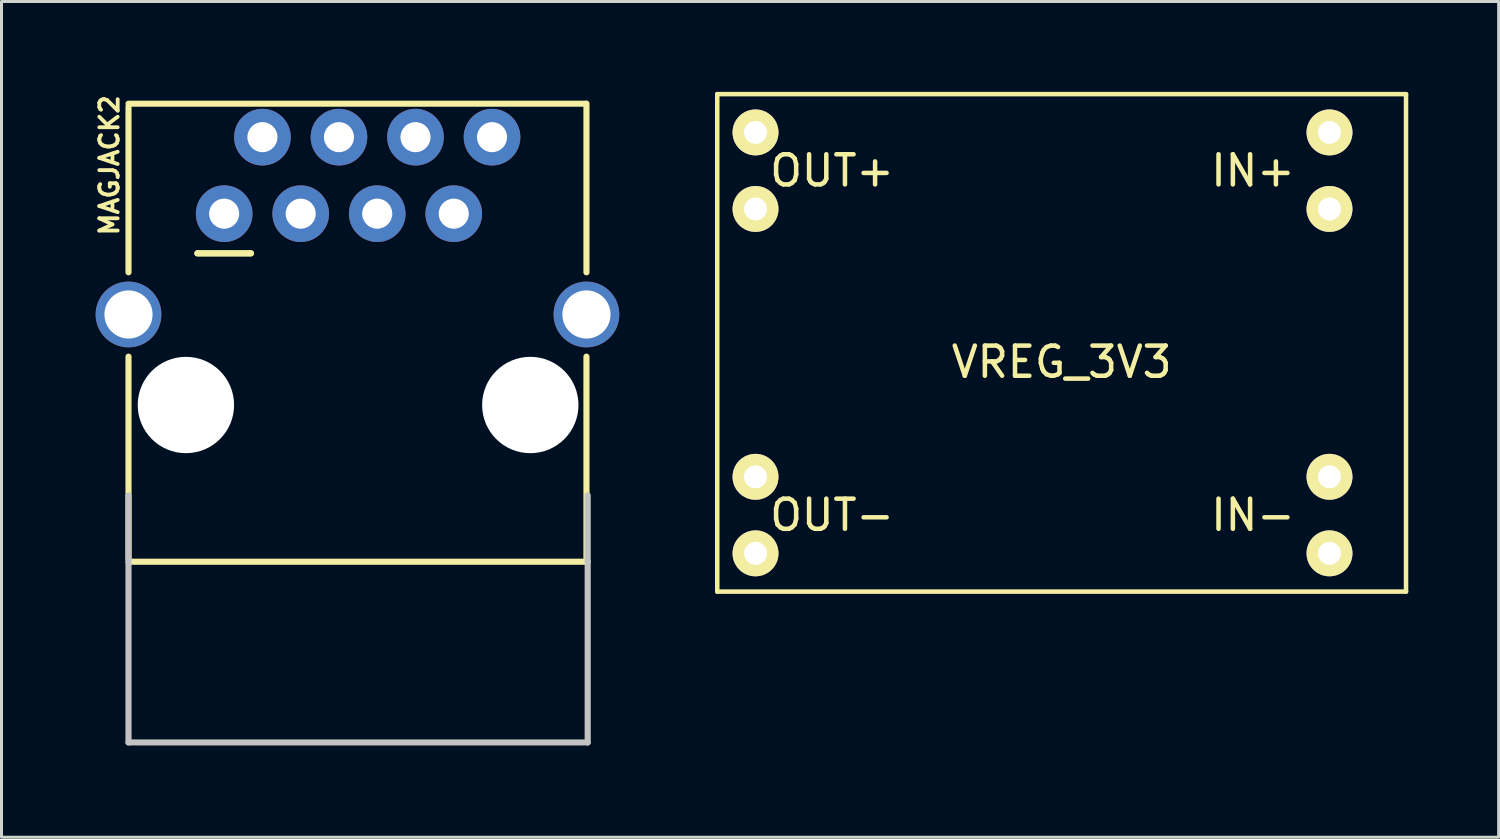
<source format=kicad_pcb>
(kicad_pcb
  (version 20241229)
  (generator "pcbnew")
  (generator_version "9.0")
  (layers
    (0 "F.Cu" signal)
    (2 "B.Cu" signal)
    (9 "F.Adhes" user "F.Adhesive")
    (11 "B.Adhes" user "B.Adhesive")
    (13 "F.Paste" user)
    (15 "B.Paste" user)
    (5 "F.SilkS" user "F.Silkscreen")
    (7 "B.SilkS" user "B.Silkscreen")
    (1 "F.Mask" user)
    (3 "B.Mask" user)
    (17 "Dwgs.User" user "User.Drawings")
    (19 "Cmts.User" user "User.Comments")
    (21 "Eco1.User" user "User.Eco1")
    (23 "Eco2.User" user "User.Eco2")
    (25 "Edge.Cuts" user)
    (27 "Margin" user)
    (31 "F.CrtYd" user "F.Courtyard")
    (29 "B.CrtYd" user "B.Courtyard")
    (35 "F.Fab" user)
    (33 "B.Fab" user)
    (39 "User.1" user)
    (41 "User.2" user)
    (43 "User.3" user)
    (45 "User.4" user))
  (footprint "VREG_3V3"
    (layer "F.Cu")
    (at 20.755 16.585)
    (property "Reference" "VREG_3V3" (at 11.43 -7.62 0) (layer "F.SilkS") (effects (font (size 1 1) (thickness 0.15))))
    (attr through_hole)
    (fp_line (start 0 -16.51) (end 22.86 -16.51) (stroke (width 0.15) (type solid)) (layer "F.SilkS"))
    (fp_line (start 0 0) (end 0 -16.51) (stroke (width 0.15) (type solid)) (layer "F.SilkS"))
    (fp_line (start 22.86 -16.51) (end 22.86 0) (stroke (width 0.15) (type solid)) (layer "F.SilkS"))
    (fp_line (start 22.86 0) (end 0 0) (stroke (width 0.15) (type solid)) (layer "F.SilkS"))
    (fp_text user "IN-" (at 17.78 -2.54 0) (layer "F.SilkS") (effects (font (size 1 1) (thickness 0.15))))
    (fp_text user "OUT-" (at 3.81 -2.54 0) (layer "F.SilkS") (effects (font (size 1 1) (thickness 0.15))))
    (fp_text user "IN+" (at 17.78 -13.97 0) (layer "F.SilkS") (effects (font (size 1 1) (thickness 0.15))))
    (fp_text user "OUT+" (at 3.81 -13.97 0) (layer "F.SilkS") (effects (font (size 1 1) (thickness 0.15))))
    (pad "1" thru_hole circle (at 1.27 -1.27) (size 1.524 1.524) (drill 0.762) (layers "*.Cu" "*.Mask" "F.SilkS"))
    (pad "2" thru_hole circle (at 1.27 -3.81) (size 1.524 1.524) (drill 0.762) (layers "*.Cu" "*.Mask" "F.SilkS"))
    (pad "3" thru_hole circle (at 1.27 -12.7) (size 1.524 1.524) (drill 0.762) (layers "*.Cu" "*.Mask" "F.SilkS"))
    (pad "4" thru_hole circle (at 1.27 -15.24) (size 1.524 1.524) (drill 0.762) (layers "*.Cu" "*.Mask" "F.SilkS"))
    (pad "5" thru_hole circle (at 20.32 -15.24) (size 1.524 1.524) (drill 0.762) (layers "*.Cu" "*.Mask" "F.SilkS"))
    (pad "6" thru_hole circle (at 20.32 -12.7) (size 1.524 1.524) (drill 0.762) (layers "*.Cu" "*.Mask" "F.SilkS"))
    (pad "7" thru_hole circle (at 20.32 -3.81) (size 1.524 1.524) (drill 0.762) (layers "*.Cu" "*.Mask" "F.SilkS"))
    (pad "8" thru_hole circle (at 20.32 -1.27) (size 1.524 1.524) (drill 0.762) (layers "*.Cu" "*.Mask" "F.SilkS")))
  (footprint "MAGJACK2"
    (layer "F.Cu")
    (at 1.215 21.487)
    (property "Reference" "MAGJACK2" (at -0.635 -19.05 90) (layer "F.SilkS") (effects (font (size 0.61 0.61) (thickness 0.127))))
    (attr exclude_from_pos_files exclude_from_bom)
    (fp_line (start 0 -21.095) (end 15.138 -21.095) (stroke (width 0.203) (type solid)) (layer "F.SilkS"))
    (fp_line (start 0 -20.998) (end 0 -15.499) (stroke (width 0.203) (type solid)) (layer "F.SilkS"))
    (fp_line (start 0 -5.999) (end 0 -12.7) (stroke (width 0.203) (type solid)) (layer "F.SilkS"))
    (fp_line (start 0 -5.893) (end 15.24 -5.893) (stroke (width 0.203) (type solid)) (layer "F.SilkS"))
    (fp_line (start 2.286 -16.129) (end 4.064 -16.129) (stroke (width 0.203) (type solid)) (layer "F.SilkS"))
    (fp_line (start 4.064 -16.129) (end 2.286 -16.129) (stroke (width 0.203) (type solid)) (layer "F.SilkS"))
    (fp_line (start 15.199 -21.1) (end 15.199 -15.499) (stroke (width 0.203) (type solid)) (layer "F.SilkS"))
    (fp_line (start 15.199 -5.898) (end 15.199 -12.7) (stroke (width 0.203) (type solid)) (layer "F.SilkS"))
    (fp_line (start 0 -8.095) (end 0 0.104) (stroke (width 0.203) (type solid)) (layer "Dwgs.User"))
    (fp_line (start 0 0.104) (end 15.24 0.104) (stroke (width 0.203) (type solid)) (layer "Dwgs.User"))
    (fp_line (start 15.24 0.104) (end 15.24 -8.095) (stroke (width 0.203) (type solid)) (layer "Dwgs.User"))
    (pad "" np_thru_hole circle (at 1.905 -11.095) (size 3.198 3.198) (drill 3.198) (layers "*.Cu" "*.Mask"))
    (pad "" np_thru_hole circle (at 13.335 -11.095) (size 3.198 3.198) (drill 3.198) (layers "*.Cu" "*.Mask"))
    (pad "1" thru_hole circle (at 3.175 -17.445) (size 1.88 1.88) (drill 0.998) (layers "*.Cu" "*.Mask"))
    (pad "2" thru_hole circle (at 4.445 -19.985) (size 1.88 1.88) (drill 0.998) (layers "*.Cu" "*.Mask"))
    (pad "3" thru_hole circle (at 5.715 -17.445) (size 1.88 1.88) (drill 0.998) (layers "*.Cu" "*.Mask"))
    (pad "4" thru_hole circle (at 6.985 -19.985) (size 1.88 1.88) (drill 0.998) (layers "*.Cu" "*.Mask"))
    (pad "5" thru_hole circle (at 8.255 -17.445) (size 1.88 1.88) (drill 0.998) (layers "*.Cu" "*.Mask"))
    (pad "6" thru_hole circle (at 9.525 -19.985) (size 1.88 1.88) (drill 0.998) (layers "*.Cu" "*.Mask"))
    (pad "7" thru_hole circle (at 10.795 -17.445) (size 1.88 1.88) (drill 0.998) (layers "*.Cu" "*.Mask"))
    (pad "8" thru_hole circle (at 12.065 -19.985) (size 1.88 1.88) (drill 0.998) (layers "*.Cu" "*.Mask"))
    (pad "SH" thru_hole circle (at 0 -14.1) (size 2.182 2.182) (drill 1.598) (layers "*.Cu" "*.Mask"))
    (pad "SH" thru_hole circle (at 15.199 -14.1) (size 2.182 2.182) (drill 1.598) (layers "*.Cu" "*.Mask")))
  (gr_rect
    (start -3 -3)
    (end 46.69 24.737)
    (stroke (width 0.1) (type default))
    (fill no)
    (layer "Edge.Cuts")))
</source>
